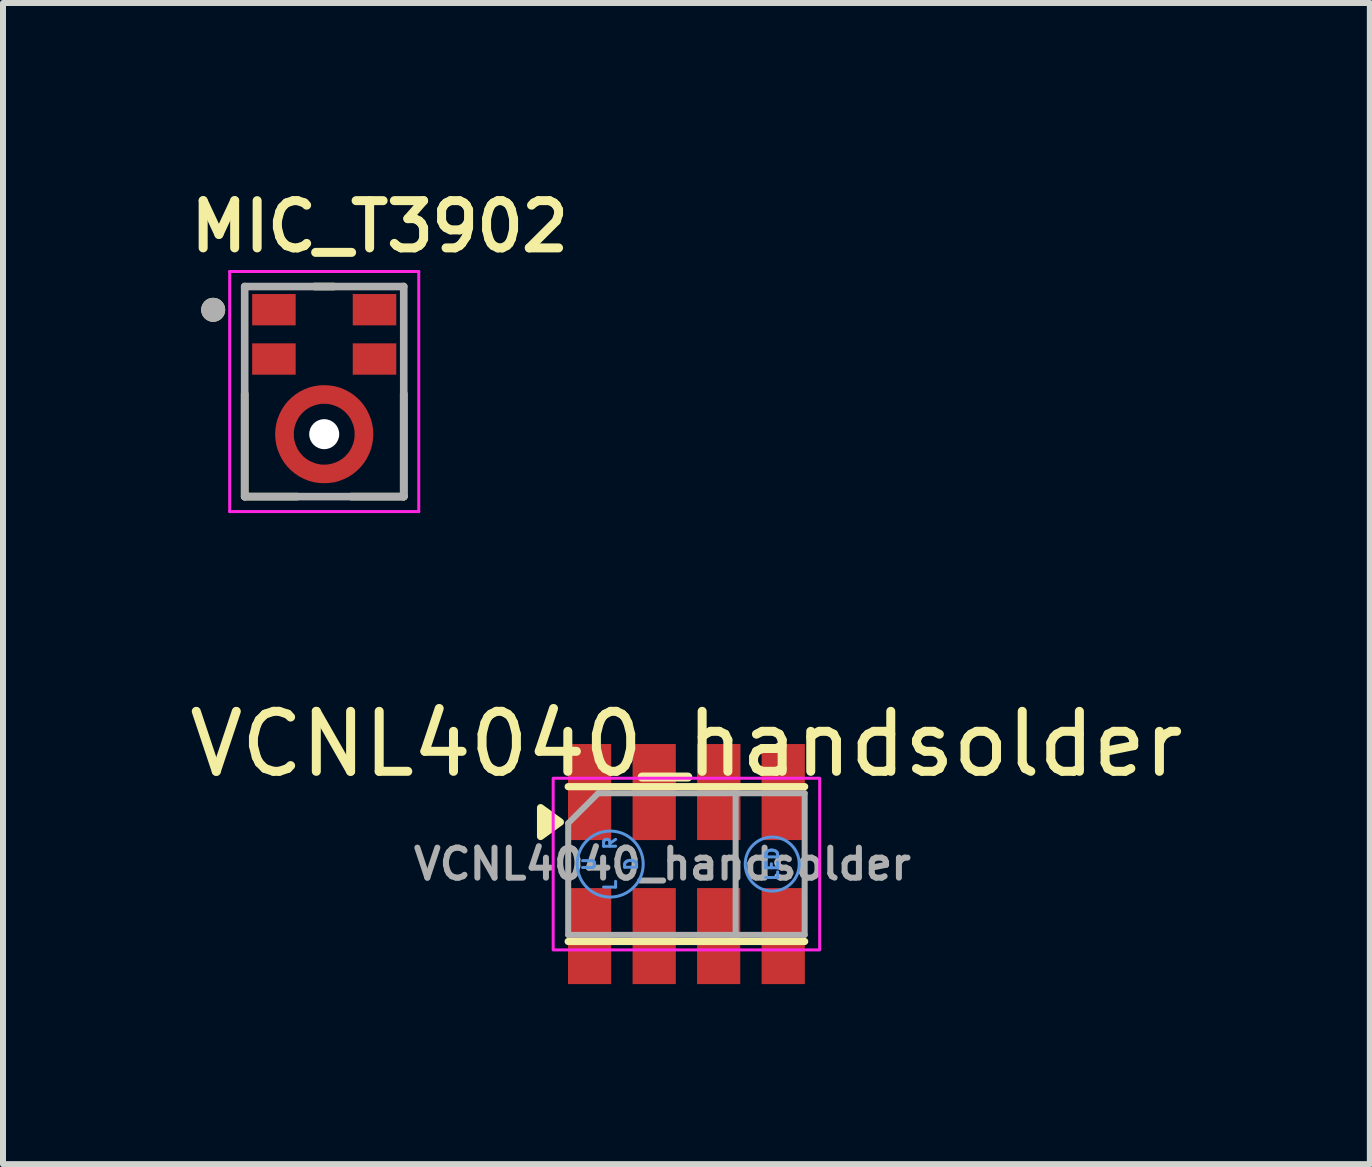
<source format=kicad_pcb>
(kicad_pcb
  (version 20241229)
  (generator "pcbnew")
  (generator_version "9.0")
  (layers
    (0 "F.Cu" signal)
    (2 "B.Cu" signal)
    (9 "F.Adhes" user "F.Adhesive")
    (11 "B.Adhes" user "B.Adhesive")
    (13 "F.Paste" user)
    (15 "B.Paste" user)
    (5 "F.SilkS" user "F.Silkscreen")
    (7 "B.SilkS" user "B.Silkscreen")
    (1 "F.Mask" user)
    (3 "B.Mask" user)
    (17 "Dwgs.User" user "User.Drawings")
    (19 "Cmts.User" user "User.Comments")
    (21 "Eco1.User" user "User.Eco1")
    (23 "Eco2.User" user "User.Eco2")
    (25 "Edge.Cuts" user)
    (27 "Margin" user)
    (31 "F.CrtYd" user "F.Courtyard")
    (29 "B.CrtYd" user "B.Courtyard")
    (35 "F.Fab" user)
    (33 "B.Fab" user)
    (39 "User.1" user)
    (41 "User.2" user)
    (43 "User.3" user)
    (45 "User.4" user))
  (footprint "MIC_T3902"
    (layer "F.Cu")
    (at 2.352 3.474)
    (property "Reference" "MIC_T3902" (at 0.925 -2.75 0) (layer "F.SilkS") (effects (font (size 0.787 0.787) (thickness 0.15))))
    (attr smd)
    (fp_circle (center 0 0.71) (end 0.431 0.71) (stroke (width 0.863) (type solid)) (fill no) (layer "F.Mask"))
    (fp_poly (pts (xy -1.25 -1.675) (xy -0.425 -1.675) (xy -0.425 -1.053) (xy -1.25 -1.053)) (stroke (width 0.01) (type solid)) (fill yes) (layer "F.Mask"))
    (fp_poly (pts (xy -1.25 -0.853) (xy -0.425 -0.853) (xy -0.425 -0.231) (xy -1.25 -0.231)) (stroke (width 0.01) (type solid)) (fill yes) (layer "F.Mask"))
    (fp_poly (pts (xy 0.425 -1.675) (xy 1.25 -1.675) (xy 1.25 -1.053) (xy 0.425 -1.053)) (stroke (width 0.01) (type solid)) (fill yes) (layer "F.Mask"))
    (fp_poly (pts (xy 0.425 -0.853) (xy 1.25 -0.853) (xy 1.25 -0.231) (xy 0.425 -0.231)) (stroke (width 0.01) (type solid)) (fill yes) (layer "F.Mask"))
    (fp_line (start -1.325 0.035) (end -1.325 1.75) (stroke (width 0.127) (type solid)) (layer "F.SilkS"))
    (fp_line (start -0.45 1.75) (end -1.325 1.75) (stroke (width 0.127) (type solid)) (layer "F.SilkS"))
    (fp_line (start -0.16 -1.75) (end 0.16 -1.75) (stroke (width 0.127) (type solid)) (layer "F.SilkS"))
    (fp_line (start 1.325 0.035) (end 1.325 1.75) (stroke (width 0.127) (type solid)) (layer "F.SilkS"))
    (fp_line (start 1.325 1.75) (end 0.45 1.75) (stroke (width 0.127) (type solid)) (layer "F.SilkS"))
    (fp_circle (center -1.85 -1.362) (end -1.75 -1.362) (stroke (width 0.2) (type solid)) (fill no) (layer "F.SilkS"))
    (fp_poly (pts (xy -1.15 -1.575) (xy -0.525 -1.575) (xy -0.525 -1.153) (xy -1.15 -1.153)) (stroke (width 0.01) (type solid)) (fill yes) (layer "F.Paste"))
    (fp_poly (pts (xy -1.15 -0.753) (xy -0.525 -0.753) (xy -0.525 -0.331) (xy -1.15 -0.331)) (stroke (width 0.01) (type solid)) (fill yes) (layer "F.Paste"))
    (fp_poly (pts (xy 0.525 -1.575) (xy 1.15 -1.575) (xy 1.15 -1.153) (xy 0.525 -1.153)) (stroke (width 0.01) (type solid)) (fill yes) (layer "F.Paste"))
    (fp_poly (pts (xy 0.525 -0.753) (xy 1.15 -0.753) (xy 1.15 -0.331) (xy 0.525 -0.331)) (stroke (width 0.01) (type solid)) (fill yes) (layer "F.Paste"))
    (fp_poly (pts (xy -0.56 0.76) (xy -0.811 0.76) (xy -0.807 0.805) (xy -0.801 0.844) (xy -0.794 0.882) (xy -0.785 0.919) (xy -0.774 0.957) (xy -0.762 0.993) (xy -0.747 1.029) (xy -0.731 1.064) (xy -0.713 1.099) (xy -0.694 1.133) (xy -0.673 1.165) (xy -0.651 1.197) (xy -0.627 1.227) (xy -0.601 1.256) (xy -0.575 1.285) (xy -0.546 1.311) (xy -0.517 1.337) (xy -0.487 1.361) (xy -0.455 1.383) (xy -0.423 1.404) (xy -0.389 1.423) (xy -0.354 1.441) (xy -0.319 1.457) (xy -0.283 1.472) (xy -0.247 1.484) (xy -0.209 1.495) (xy -0.172 1.504) (xy -0.134 1.511) (xy -0.095 1.517) (xy -0.05 1.521) (xy -0.05 1.27) (xy -0.075 1.267) (xy -0.101 1.263) (xy -0.127 1.258) (xy -0.152 1.252) (xy -0.177 1.244) (xy -0.202 1.235) (xy -0.226 1.225) (xy -0.25 1.214) (xy -0.273 1.202) (xy -0.295 1.189) (xy -0.317 1.174) (xy -0.339 1.159) (xy -0.359 1.143) (xy -0.379 1.126) (xy -0.398 1.108) (xy -0.416 1.089) (xy -0.433 1.069) (xy -0.449 1.049) (xy -0.464 1.027) (xy -0.479 1.005) (xy -0.492 0.983) (xy -0.504 0.96) (xy -0.515 0.936) (xy -0.525 0.912) (xy -0.534 0.887) (xy -0.542 0.862) (xy -0.548 0.837) (xy -0.553 0.811) (xy -0.557 0.785) (xy -0.56 0.76) (xy -0.56 0.76)) (stroke (width 0.01) (type solid)) (fill yes) (layer "F.Paste"))
    (fp_poly (pts (xy -0.05 0.15) (xy -0.05 -0.101) (xy -0.095 -0.097) (xy -0.134 -0.091) (xy -0.172 -0.084) (xy -0.209 -0.075) (xy -0.247 -0.064) (xy -0.283 -0.052) (xy -0.319 -0.037) (xy -0.354 -0.021) (xy -0.389 -0.003) (xy -0.423 0.016) (xy -0.455 0.037) (xy -0.487 0.059) (xy -0.517 0.083) (xy -0.546 0.109) (xy -0.575 0.135) (xy -0.601 0.164) (xy -0.627 0.193) (xy -0.651 0.223) (xy -0.673 0.255) (xy -0.694 0.287) (xy -0.713 0.321) (xy -0.731 0.356) (xy -0.747 0.391) (xy -0.762 0.427) (xy -0.774 0.463) (xy -0.785 0.501) (xy -0.794 0.538) (xy -0.801 0.576) (xy -0.807 0.615) (xy -0.811 0.66) (xy -0.56 0.66) (xy -0.557 0.635) (xy -0.553 0.609) (xy -0.548 0.583) (xy -0.542 0.558) (xy -0.534 0.533) (xy -0.525 0.508) (xy -0.515 0.484) (xy -0.504 0.46) (xy -0.492 0.437) (xy -0.479 0.415) (xy -0.464 0.393) (xy -0.449 0.371) (xy -0.433 0.351) (xy -0.416 0.331) (xy -0.398 0.312) (xy -0.379 0.294) (xy -0.359 0.277) (xy -0.339 0.261) (xy -0.317 0.246) (xy -0.295 0.231) (xy -0.273 0.218) (xy -0.25 0.206) (xy -0.226 0.195) (xy -0.202 0.185) (xy -0.177 0.176) (xy -0.152 0.168) (xy -0.127 0.162) (xy -0.101 0.157) (xy -0.075 0.153) (xy -0.05 0.15) (xy -0.05 0.15)) (stroke (width 0.01) (type solid)) (fill yes) (layer "F.Paste"))
    (fp_poly (pts (xy 0.811 0.66) (xy 0.807 0.615) (xy 0.801 0.576) (xy 0.794 0.538) (xy 0.785 0.501) (xy 0.774 0.463) (xy 0.762 0.427) (xy 0.747 0.391) (xy 0.731 0.356) (xy 0.713 0.321) (xy 0.694 0.287) (xy 0.673 0.255) (xy 0.651 0.223) (xy 0.627 0.193) (xy 0.601 0.164) (xy 0.575 0.135) (xy 0.546 0.109) (xy 0.517 0.083) (xy 0.487 0.059) (xy 0.455 0.037) (xy 0.423 0.016) (xy 0.389 -0.003) (xy 0.354 -0.021) (xy 0.319 -0.037) (xy 0.283 -0.052) (xy 0.247 -0.064) (xy 0.209 -0.075) (xy 0.172 -0.084) (xy 0.134 -0.091) (xy 0.095 -0.097) (xy 0.05 -0.101) (xy 0.05 0.15) (xy 0.075 0.153) (xy 0.101 0.157) (xy 0.127 0.162) (xy 0.152 0.168) (xy 0.177 0.176) (xy 0.202 0.185) (xy 0.226 0.195) (xy 0.25 0.206) (xy 0.273 0.218) (xy 0.295 0.231) (xy 0.317 0.246) (xy 0.339 0.261) (xy 0.359 0.277) (xy 0.379 0.294) (xy 0.398 0.312) (xy 0.416 0.331) (xy 0.433 0.351) (xy 0.449 0.371) (xy 0.464 0.393) (xy 0.479 0.415) (xy 0.492 0.437) (xy 0.504 0.46) (xy 0.515 0.484) (xy 0.525 0.508) (xy 0.534 0.533) (xy 0.542 0.558) (xy 0.548 0.583) (xy 0.553 0.609) (xy 0.557 0.635) (xy 0.56 0.66) (xy 0.811 0.66) (xy 0.811 0.66)) (stroke (width 0.01) (type solid)) (fill yes) (layer "F.Paste"))
    (fp_poly (pts (xy 0.811 0.76) (xy 0.56 0.76) (xy 0.557 0.785) (xy 0.553 0.811) (xy 0.548 0.837) (xy 0.542 0.862) (xy 0.534 0.887) (xy 0.525 0.912) (xy 0.515 0.936) (xy 0.504 0.96) (xy 0.492 0.983) (xy 0.479 1.005) (xy 0.464 1.027) (xy 0.449 1.049) (xy 0.433 1.069) (xy 0.416 1.089) (xy 0.398 1.108) (xy 0.379 1.126) (xy 0.359 1.143) (xy 0.339 1.159) (xy 0.317 1.174) (xy 0.295 1.189) (xy 0.273 1.202) (xy 0.25 1.214) (xy 0.226 1.225) (xy 0.202 1.235) (xy 0.177 1.244) (xy 0.152 1.252) (xy 0.127 1.258) (xy 0.101 1.263) (xy 0.075 1.267) (xy 0.05 1.27) (xy 0.05 1.521) (xy 0.095 1.517) (xy 0.134 1.511) (xy 0.172 1.504) (xy 0.209 1.495) (xy 0.247 1.484) (xy 0.283 1.472) (xy 0.319 1.457) (xy 0.354 1.441) (xy 0.389 1.423) (xy 0.423 1.404) (xy 0.455 1.383) (xy 0.487 1.361) (xy 0.517 1.337) (xy 0.546 1.311) (xy 0.575 1.285) (xy 0.601 1.256) (xy 0.627 1.227) (xy 0.651 1.197) (xy 0.673 1.165) (xy 0.694 1.133) (xy 0.713 1.099) (xy 0.731 1.064) (xy 0.747 1.029) (xy 0.762 0.993) (xy 0.774 0.957) (xy 0.785 0.919) (xy 0.794 0.882) (xy 0.801 0.844) (xy 0.807 0.805) (xy 0.811 0.76) (xy 0.811 0.76)) (stroke (width 0.01) (type solid)) (fill yes) (layer "F.Paste"))
    (fp_line (start -1.575 -2) (end 1.575 -2) (stroke (width 0.05) (type solid)) (layer "F.CrtYd"))
    (fp_line (start -1.575 2) (end -1.575 -2) (stroke (width 0.05) (type solid)) (layer "F.CrtYd"))
    (fp_line (start 1.575 -2) (end 1.575 2) (stroke (width 0.05) (type solid)) (layer "F.CrtYd"))
    (fp_line (start 1.575 2) (end -1.575 2) (stroke (width 0.05) (type solid)) (layer "F.CrtYd"))
    (fp_line (start -1.325 -1.75) (end 1.325 -1.75) (stroke (width 0.127) (type solid)) (layer "F.Fab"))
    (fp_line (start -1.325 1.75) (end -1.325 -1.75) (stroke (width 0.127) (type solid)) (layer "F.Fab"))
    (fp_line (start 1.325 -1.75) (end 1.325 1.75) (stroke (width 0.127) (type solid)) (layer "F.Fab"))
    (fp_line (start 1.325 1.75) (end -1.325 1.75) (stroke (width 0.127) (type solid)) (layer "F.Fab"))
    (fp_circle (center -1.85 -1.362) (end -1.75 -1.362) (stroke (width 0.2) (type solid)) (fill no) (layer "F.Fab"))
    (pad "" np_thru_hole circle (at 0 0.71) (size 0.5 0.5) (drill 0.5) (layers "*.Cu" "*.Mask"))
    (pad "1" smd rect (at -0.838 -1.364) (size 0.725 0.522) (layers "F.Cu"))
    (pad "2" smd rect (at -0.838 -0.542) (size 0.725 0.522) (layers "F.Cu"))
    (pad "3_1" smd custom (at 0 0.048) (size 0.25 0.25) (layers "F.Cu") (options (anchor rect)) (primitives (gr_poly (pts (xy -0.512 0.662) (xy -0.813 0.662) (xy -0.808 0.578) (xy -0.795 0.493) (xy -0.773 0.411) (xy -0.742 0.333) (xy -0.704 0.257) (xy -0.657 0.184) (xy -0.604 0.118) (xy -0.544 0.059) (xy -0.478 0.005) (xy -0.406 -0.042) (xy -0.33 -0.08) (xy -0.251 -0.111) (xy -0.169 -0.133) (xy -0.085 -0.145) (xy 0 -0.15) (xy 0.085 -0.145) (xy 0.169 -0.133) (xy 0.251 -0.111) (xy 0.33 -0.08) (xy 0.406 -0.042) (xy 0.478 0.005) (xy 0.544 0.059) (xy 0.604 0.118) (xy 0.657 0.184) (xy 0.704 0.257) (xy 0.742 0.333) (xy 0.773 0.411) (xy 0.795 0.493) (xy 0.808 0.578) (xy 0.813 0.662) (xy 0.512 0.662) (xy 0.51 0.609) (xy 0.501 0.555) (xy 0.487 0.504) (xy 0.468 0.455) (xy 0.444 0.406) (xy 0.415 0.361) (xy 0.381 0.32) (xy 0.343 0.281) (xy 0.301 0.247) (xy 0.256 0.218) (xy 0.208 0.195) (xy 0.158 0.175) (xy 0.107 0.162) (xy 0.054 0.152) (xy 0 0.15) (xy -0.054 0.152) (xy -0.107 0.162) (xy -0.158 0.175) (xy -0.208 0.195) (xy -0.256 0.218) (xy -0.301 0.247) (xy -0.343 0.281) (xy -0.381 0.32) (xy -0.415 0.361) (xy -0.444 0.406) (xy -0.468 0.455) (xy -0.487 0.504) (xy -0.501 0.555) (xy -0.51 0.609) (xy -0.512 0.662) (xy -0.512 0.662)) (width 0.01) (fill yes))))
    (pad "3_2" smd custom (at 0 1.373) (size 0.25 0.25) (layers "F.Cu") (options (anchor rect)) (primitives (gr_poly (pts (xy 0.512 -0.662) (xy 0.813 -0.662) (xy 0.808 -0.578) (xy 0.795 -0.493) (xy 0.773 -0.411) (xy 0.742 -0.333) (xy 0.704 -0.257) (xy 0.657 -0.184) (xy 0.604 -0.118) (xy 0.544 -0.059) (xy 0.478 -0.005) (xy 0.406 0.042) (xy 0.33 0.08) (xy 0.251 0.111) (xy 0.169 0.133) (xy 0.085 0.145) (xy 0 0.149) (xy -0.085 0.145) (xy -0.169 0.133) (xy -0.251 0.111) (xy -0.33 0.08) (xy -0.406 0.042) (xy -0.478 -0.005) (xy -0.544 -0.059) (xy -0.604 -0.118) (xy -0.657 -0.184) (xy -0.704 -0.257) (xy -0.742 -0.333) (xy -0.773 -0.411) (xy -0.795 -0.493) (xy -0.808 -0.578) (xy -0.813 -0.662) (xy -0.512 -0.662) (xy -0.51 -0.609) (xy -0.501 -0.555) (xy -0.487 -0.504) (xy -0.468 -0.455) (xy -0.444 -0.406) (xy -0.415 -0.361) (xy -0.381 -0.32) (xy -0.343 -0.281) (xy -0.301 -0.247) (xy -0.256 -0.218) (xy -0.208 -0.195) (xy -0.158 -0.175) (xy -0.107 -0.162) (xy -0.054 -0.152) (xy 0 -0.15) (xy 0.054 -0.152) (xy 0.107 -0.162) (xy 0.158 -0.175) (xy 0.208 -0.195) (xy 0.256 -0.218) (xy 0.301 -0.247) (xy 0.343 -0.281) (xy 0.381 -0.32) (xy 0.415 -0.361) (xy 0.444 -0.406) (xy 0.468 -0.455) (xy 0.487 -0.504) (xy 0.501 -0.555) (xy 0.51 -0.609) (xy 0.512 -0.662) (xy 0.512 -0.662)) (width 0.01) (fill yes))))
    (pad "4" smd rect (at 0.838 -0.542) (size 0.725 0.522) (layers "F.Cu"))
    (pad "5" smd rect (at 0.838 -1.364) (size 0.725 0.522) (layers "F.Cu")))
  (footprint "VCNL4040_handsolder"
    (layer "F.Cu")
    (at 8.387 11.347)
    (property "Reference" "VCNL4040_handsolder" (at 0 -2 0) (unlocked yes) (layer "F.SilkS") (effects (font (size 1 1) (thickness 0.15))))
    (attr smd)
    (fp_line (start -1.97 -1.29) (end 1.97 -1.29) (stroke (width 0.12) (type solid)) (layer "F.SilkS"))
    (fp_line (start -1.97 1.29) (end 1.97 1.29) (stroke (width 0.12) (type solid)) (layer "F.SilkS"))
    (fp_poly (pts (xy -2.1 -0.7) (xy -2.43 -0.46) (xy -2.43 -0.94) (xy -2.1 -0.7)) (stroke (width 0.12) (type solid)) (fill yes) (layer "F.SilkS"))
    (fp_circle (center -1.27 0) (end -0.72 0) (stroke (width 0.05) (type solid)) (fill no) (layer "Cmts.User"))
    (fp_circle (center 1.43 0) (end 1.88 0) (stroke (width 0.05) (type solid)) (fill no) (layer "Cmts.User"))
    (fp_rect (start 2.22 1.43) (end -2.22 -1.43) (stroke (width 0.05) (type solid)) (fill no) (layer "F.CrtYd"))
    (fp_line (start -1.97 -0.68) (end -1.97 1.18) (stroke (width 0.1) (type solid)) (layer "F.Fab"))
    (fp_line (start -1.97 1.18) (end 1.97 1.18) (stroke (width 0.1) (type solid)) (layer "F.Fab"))
    (fp_line (start -1.47 -1.18) (end -1.97 -0.68) (stroke (width 0.1) (type solid)) (layer "F.Fab"))
    (fp_line (start 0.82 1.18) (end 0.82 -1.18) (stroke (width 0.1) (type solid)) (layer "F.Fab"))
    (fp_line (start 1.97 -1.18) (end -1.47 -1.18) (stroke (width 0.1) (type solid)) (layer "F.Fab"))
    (fp_line (start 1.97 -1.18) (end 1.97 1.18) (stroke (width 0.1) (type solid)) (layer "F.Fab"))
    (fp_text user "U" (at -1.62 0 90) (unlocked yes) (layer "Cmts.User") (effects (font (size 0.2 0.2) (thickness 0.05))))
    (fp_text user "D" (at -0.92 0 90) (unlocked yes) (layer "Cmts.User") (effects (font (size 0.2 0.2) (thickness 0.05))))
    (fp_text user "R" (at -1.27 -0.35 90) (unlocked yes) (layer "Cmts.User") (effects (font (size 0.2 0.2) (thickness 0.05))))
    (fp_text user "LED" (at 1.43 0 90) (unlocked yes) (layer "Cmts.User") (effects (font (size 0.2 0.2) (thickness 0.05))))
    (fp_text user "L" (at -1.27 0.35 90) (unlocked yes) (layer "Cmts.User") (effects (font (size 0.2 0.2) (thickness 0.05))))
    (fp_text user "${REFERENCE}" (at -0.4 0 0) (unlocked yes) (layer "F.Fab") (effects (font (size 0.5 0.5) (thickness 0.1))))
    (pad "1" smd rect (at -1.613 -1.2) (size 0.72 1.6) (layers "F.Cu" "F.Mask" "F.Paste"))
    (pad "2" smd rect (at -0.537 -1.2) (size 0.72 1.6) (layers "F.Cu" "F.Mask" "F.Paste"))
    (pad "3" smd rect (at 0.539 -1.2) (size 0.723 1.6) (layers "F.Cu" "F.Mask" "F.Paste"))
    (pad "4" smd rect (at 1.613 -1.2) (size 0.72 1.6) (layers "F.Cu" "F.Mask" "F.Paste"))
    (pad "5" smd rect (at 1.613 1.2) (size 0.72 1.6) (layers "F.Cu" "F.Mask" "F.Paste"))
    (pad "6" smd rect (at 0.537 1.2) (size 0.72 1.6) (layers "F.Cu" "F.Mask" "F.Paste"))
    (pad "7" smd rect (at -0.537 1.2) (size 0.72 1.6) (layers "F.Cu" "F.Mask" "F.Paste"))
    (pad "8" smd rect (at -1.613 1.2) (size 0.72 1.6) (layers "F.Cu" "F.Mask" "F.Paste")))
  (gr_rect
    (start -3 -3)
    (end 19.774 16.347)
    (stroke (width 0.1) (type default))
    (fill no)
    (layer "Edge.Cuts")))
</source>
